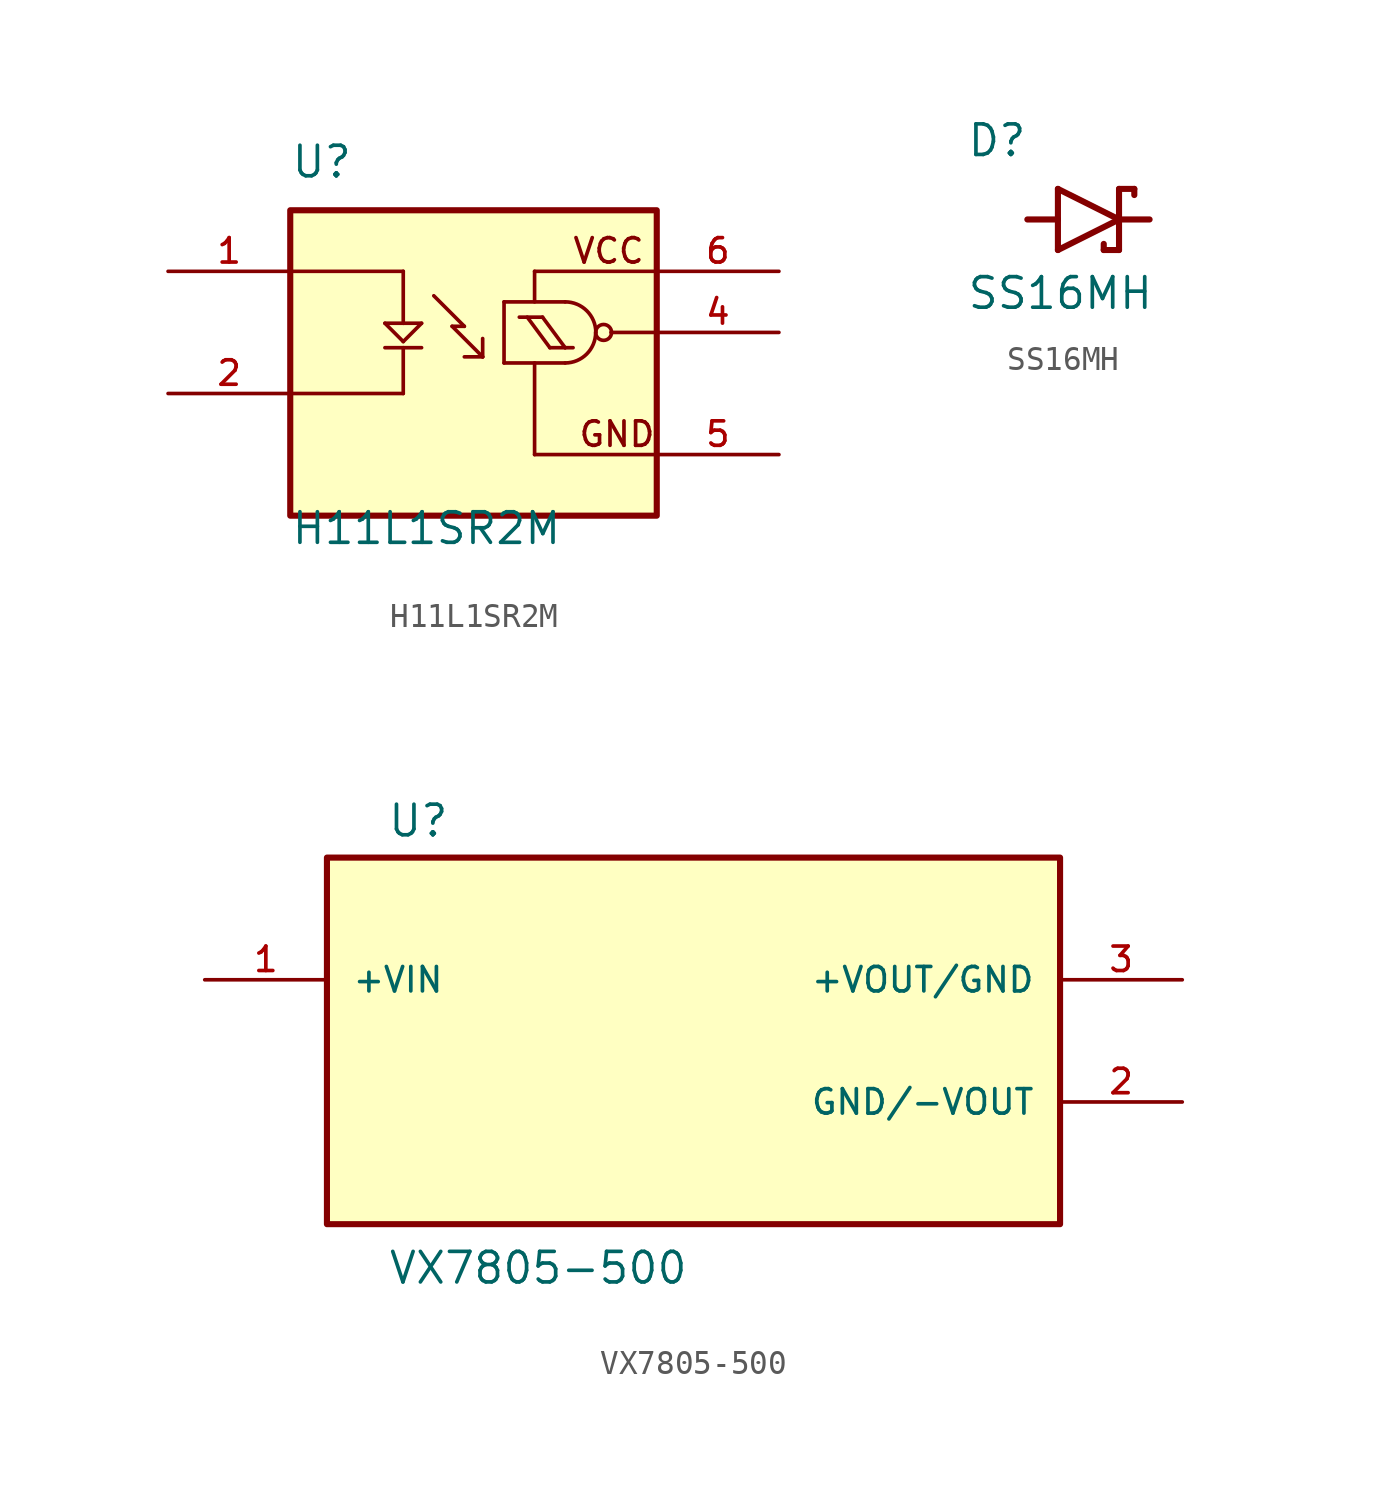
<source format=kicad_sym>
(kicad_symbol_lib
  (version 20211014)
  (generator kicad_symbol_editor)
  (symbol "H11L1SR2M"
    (pin_names
      (offset 1.016) hide)
    (property "Reference" "U"
      (at -7.62 6.35 0)
      (effects (font (size 1.27 1.27)) (justify left bottom)))
    (property "Value" "H11L1SR2M"
      (at -7.62 -8.89 0)
      (effects (font (size 1.27 1.27)) (justify left bottom)))
    (symbol "H11L1SR2M_0_0"
      (rectangle (start -7.62 -7.62) (end 7.62 5.08) (stroke (width 0.254) (type default) (color 0 0 0 0)) (fill (type background)))
      (polyline (pts (xy -7.62 2.54) (xy -2.921 2.54)) (stroke (width 0.152) (type default) (color 0 0 0 0)) (fill (type none)))
      (polyline (pts (xy -3.683 -0.635) (xy -2.159 -0.635)) (stroke (width 0.152) (type default) (color 0 0 0 0)) (fill (type none)))
      (polyline (pts (xy -3.683 0.381) (xy -2.921 -0.381)) (stroke (width 0.152) (type default) (color 0 0 0 0)) (fill (type none)))
      (polyline (pts (xy -2.921 -2.54) (xy -7.62 -2.54)) (stroke (width 0.152) (type default) (color 0 0 0 0)) (fill (type none)))
      (polyline (pts (xy -2.921 -0.635) (xy -2.921 -2.54)) (stroke (width 0.152) (type default) (color 0 0 0 0)) (fill (type none)))
      (polyline (pts (xy -2.921 -0.381) (xy -2.159 0.381)) (stroke (width 0.152) (type default) (color 0 0 0 0)) (fill (type none)))
      (polyline (pts (xy -2.921 0.381) (xy -3.683 0.381)) (stroke (width 0.152) (type default) (color 0 0 0 0)) (fill (type none)))
      (polyline (pts (xy -2.921 0.381) (xy -2.159 0.381)) (stroke (width 0.152) (type default) (color 0 0 0 0)) (fill (type none)))
      (polyline (pts (xy -2.921 2.54) (xy -2.921 0.381)) (stroke (width 0.152) (type default) (color 0 0 0 0)) (fill (type none)))
      (polyline (pts (xy -1.651 1.524) (xy -0.381 0.254)) (stroke (width 0.152) (type default) (color 0 0 0 0)) (fill (type none)))
      (polyline (pts (xy -0.889 0.254) (xy 0.381 -1.016)) (stroke (width 0.152) (type default) (color 0 0 0 0)) (fill (type none)))
      (polyline (pts (xy -0.381 0.254) (xy -0.889 0.254)) (stroke (width 0.152) (type default) (color 0 0 0 0)) (fill (type none)))
      (polyline (pts (xy 0.381 -1.016) (xy -0.381 -1.016)) (stroke (width 0.152) (type default) (color 0 0 0 0)) (fill (type none)))
      (polyline (pts (xy 0.381 -1.016) (xy 0.381 -0.254)) (stroke (width 0.152) (type default) (color 0 0 0 0)) (fill (type none)))
      (polyline (pts (xy 1.27 -1.27) (xy 3.81 -1.27)) (stroke (width 0.152) (type default) (color 0 0 0 0)) (fill (type none)))
      (polyline (pts (xy 1.27 1.27) (xy 1.27 -1.27)) (stroke (width 0.152) (type default) (color 0 0 0 0)) (fill (type none)))
      (polyline (pts (xy 1.905 0.635) (xy 2.87 0.635)) (stroke (width 0.152) (type default) (color 0 0 0 0)) (fill (type none)))
      (polyline (pts (xy 2.54 -5.08) (xy 7.62 -5.08)) (stroke (width 0.152) (type default) (color 0 0 0 0)) (fill (type none)))
      (polyline (pts (xy 2.54 -1.27) (xy 2.54 -5.08)) (stroke (width 0.152) (type default) (color 0 0 0 0)) (fill (type none)))
      (polyline (pts (xy 2.54 2.54) (xy 2.54 1.27)) (stroke (width 0.152) (type default) (color 0 0 0 0)) (fill (type none)))
      (polyline (pts (xy 2.87 0.635) (xy 3.81 -0.635)) (stroke (width 0.152) (type default) (color 0 0 0 0)) (fill (type none)))
      (polyline (pts (xy 3.175 -0.635) (xy 2.235 0.635)) (stroke (width 0.152) (type default) (color 0 0 0 0)) (fill (type none)))
      (polyline (pts (xy 3.81 -0.635) (xy 3.175 -0.635)) (stroke (width 0.152) (type default) (color 0 0 0 0)) (fill (type none)))
      (polyline (pts (xy 3.81 -0.635) (xy 4.14 -0.635)) (stroke (width 0.152) (type default) (color 0 0 0 0)) (fill (type none)))
      (polyline (pts (xy 3.81 1.27) (xy 1.27 1.27)) (stroke (width 0.152) (type default) (color 0 0 0 0)) (fill (type none)))
      (polyline (pts (xy 5.715 0) (xy 7.62 0)) (stroke (width 0.152) (type default) (color 0 0 0 0)) (fill (type none)))
      (polyline (pts (xy 7.62 2.54) (xy 2.54 2.54)) (stroke (width 0.152) (type default) (color 0 0 0 0)) (fill (type none)))
      (arc (start 3.81 -1.27) (mid 4.708 -0.898) (end 5.08 0) (stroke (width 0.1524) (type default) (color 0 0 0 0)) (fill (type none)))
      (arc (start 5.08 0) (mid 4.708 0.898) (end 3.81 1.27) (stroke (width 0.1524) (type default) (color 0 0 0 0)) (fill (type none)))
      (circle (center 5.41 0) (radius 0.33) (stroke (width 0.152) (type default) (color 0 0 0 0)) (fill (type none)))
      (text "GND" (at 4.318 -4.826 0) (effects (font (size 1.016 1.016)) (justify left bottom)))
      (text "VCC" (at 4.064 2.794 0) (effects (font (size 1.016 1.016)) (justify left bottom)))
      (pin passive line (at -12.7 2.54 0) (length 5.08) (name "~" (effects (font (size 1.016 1.016)))) (number "1" (effects (font (size 1.016 1.016)))))
      (pin passive line (at -12.7 -2.54 0) (length 5.08) (name "~" (effects (font (size 1.016 1.016)))) (number "2" (effects (font (size 1.016 1.016)))))
      (pin output line (at 12.7 0 180) (length 5.08) (name "~" (effects (font (size 1.016 1.016)))) (number "4" (effects (font (size 1.016 1.016)))))
      (pin power_in line (at 12.7 -5.08 180) (length 5.08) (name "~" (effects (font (size 1.016 1.016)))) (number "5" (effects (font (size 1.016 1.016)))))
      (pin power_in line (at 12.7 2.54 180) (length 5.08) (name "~" (effects (font (size 1.016 1.016)))) (number "6" (effects (font (size 1.016 1.016)))))))
  (symbol "SS16MH"
    (pin_numbers hide)
    (pin_names
      (offset 1.016) hide)
    (property "Reference" "D"
      (at -5.08 2.54 0)
      (effects (font (size 1.27 1.27)) (justify left bottom)))
    (property "Value" "SS16MH"
      (at -5.08 -3.81 0)
      (effects (font (size 1.27 1.27)) (justify left bottom)))
    (symbol "SS16MH_0_0"
      (polyline (pts (xy -2.54 0) (xy -1.27 0)) (stroke (width 0.254) (type default) (color 0 0 0 0)) (fill (type none)))
      (polyline (pts (xy -1.27 -1.27) (xy 1.27 0)) (stroke (width 0.254) (type default) (color 0 0 0 0)) (fill (type none)))
      (polyline (pts (xy -1.27 0) (xy -1.27 -1.27)) (stroke (width 0.254) (type default) (color 0 0 0 0)) (fill (type none)))
      (polyline (pts (xy -1.27 1.27) (xy -1.27 0)) (stroke (width 0.254) (type default) (color 0 0 0 0)) (fill (type none)))
      (polyline (pts (xy 0.635 -1.016) (xy 0.635 -1.27)) (stroke (width 0.254) (type default) (color 0 0 0 0)) (fill (type none)))
      (polyline (pts (xy 1.27 -1.27) (xy 0.635 -1.27)) (stroke (width 0.254) (type default) (color 0 0 0 0)) (fill (type none)))
      (polyline (pts (xy 1.27 0) (xy -1.27 1.27)) (stroke (width 0.254) (type default) (color 0 0 0 0)) (fill (type none)))
      (polyline (pts (xy 1.27 0) (xy 1.27 -1.27)) (stroke (width 0.254) (type default) (color 0 0 0 0)) (fill (type none)))
      (polyline (pts (xy 1.27 1.27) (xy 1.27 0)) (stroke (width 0.254) (type default) (color 0 0 0 0)) (fill (type none)))
      (polyline (pts (xy 1.905 1.27) (xy 1.27 1.27)) (stroke (width 0.254) (type default) (color 0 0 0 0)) (fill (type none)))
      (polyline (pts (xy 1.905 1.27) (xy 1.905 1.016)) (stroke (width 0.254) (type default) (color 0 0 0 0)) (fill (type none)))
      (polyline (pts (xy 2.54 0) (xy 1.27 0)) (stroke (width 0.254) (type default) (color 0 0 0 0)) (fill (type none)))
      (pin passive line (at -2.54 0 0) (length 0) (name "~" (effects (font (size 1.016 1.016)))) (number "A" (effects (font (size 1.016 1.016)))))
      (pin passive line (at 2.54 0 180) (length 0) (name "~" (effects (font (size 1.016 1.016)))) (number "C" (effects (font (size 1.016 1.016)))))))
  (symbol "VX7805-500"
    (pin_names
      (offset 1.016))
    (property "Reference" "U"
      (at -12.751 8.407 0)
      (effects (font (size 1.27 1.27)) (justify left bottom)))
    (property "Value" "VX7805-500"
      (at -12.725 -10.185 0)
      (effects (font (size 1.27 1.27)) (justify left bottom)))
    (symbol "VX7805-500_0_0"
      (rectangle (start -15.24 -7.62) (end 15.24 7.62) (stroke (width 0.254) (type default) (color 0 0 0 0)) (fill (type background)))
      (pin input line (at -20.32 2.54 0) (length 5.08) (name "+VIN" (effects (font (size 1.016 1.016)))) (number "1" (effects (font (size 1.016 1.016)))))
      (pin output line (at 20.32 -2.54 180) (length 5.08) (name "GND/-VOUT" (effects (font (size 1.016 1.016)))) (number "2" (effects (font (size 1.016 1.016)))))
      (pin output line (at 20.32 2.54 180) (length 5.08) (name "+VOUT/GND" (effects (font (size 1.016 1.016)))) (number "3" (effects (font (size 1.016 1.016))))))))
</source>
